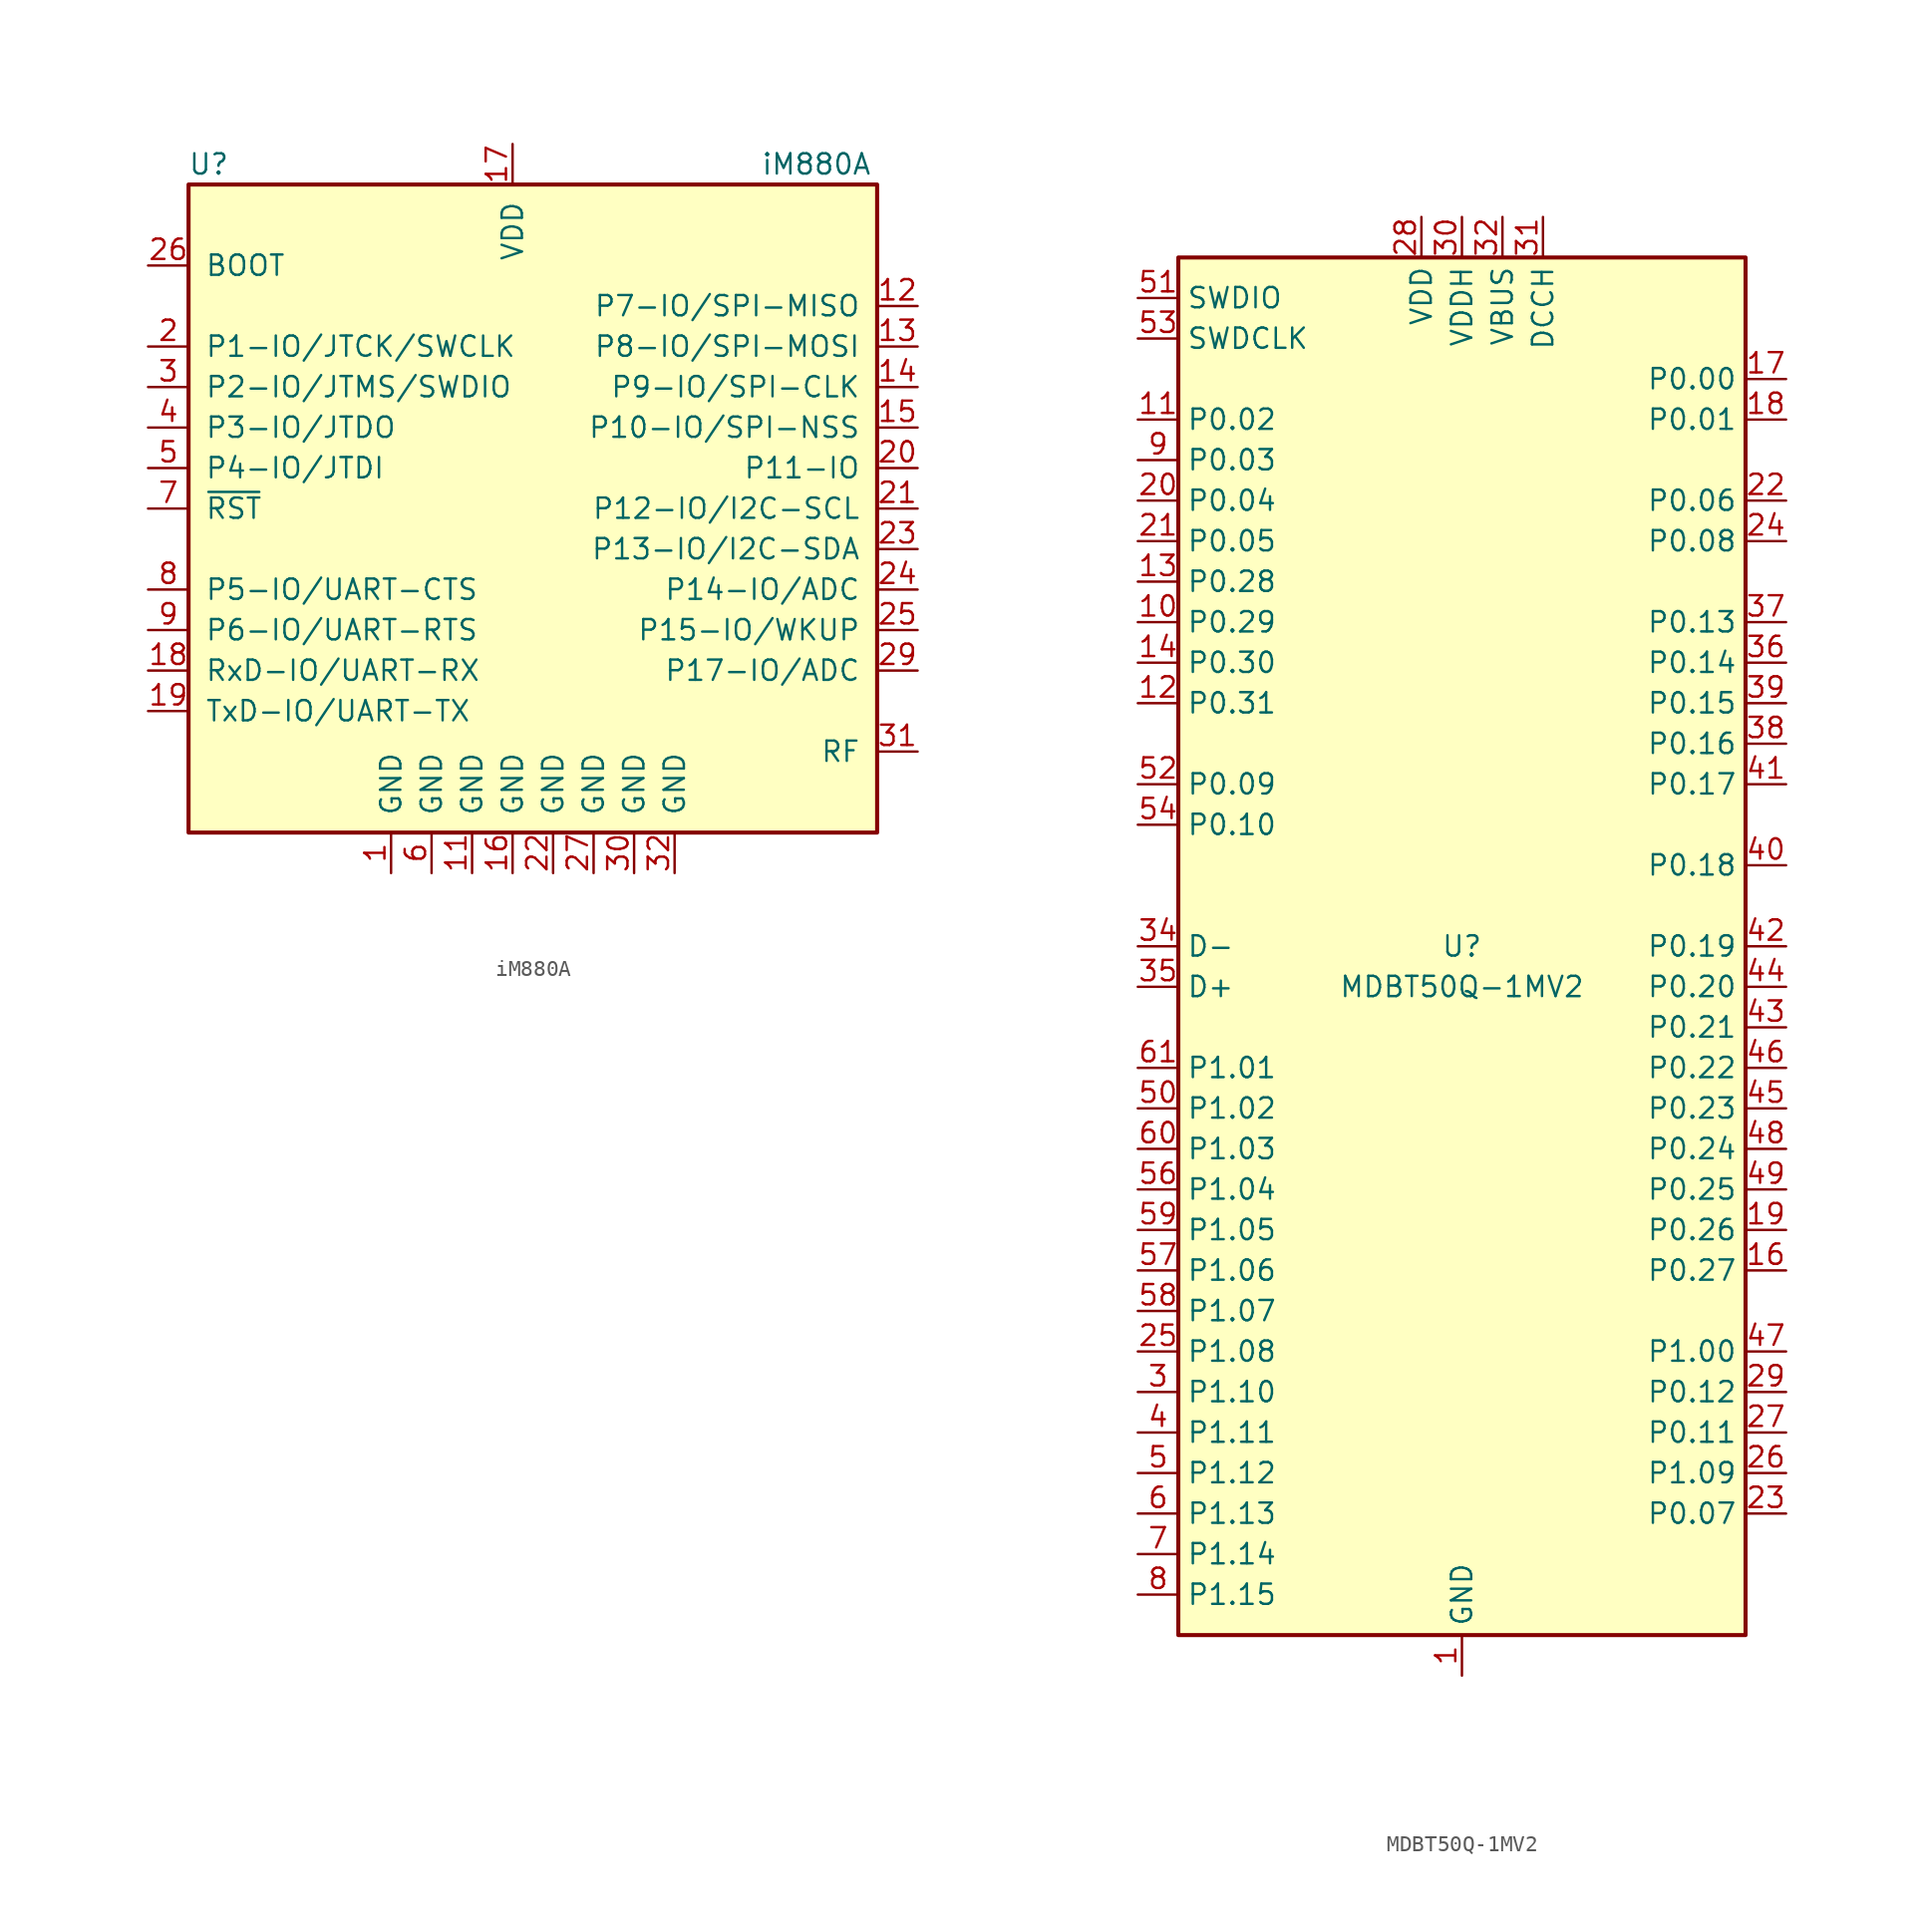
<source format=kicad_sym>
(kicad_symbol_lib
  (version 20241209)
  (generator "kicad_symbol_editor")
  (generator_version "9.0")
  (symbol "iM880A"
    (pin_names
      (offset 1.016))
    (property "Reference" "U"
      (at -19.05 21.59 0)
      (effects (font (size 1.27 1.27))))
    (property "Value" "iM880A"
      (at 19.05 21.59 0)
      (effects (font (size 1.27 1.27))))
    (symbol "iM880A_0_1"
      (rectangle (start -20.32 20.32) (end 22.86 -20.32) (stroke (width 0.254) (type default)) (fill (type background))))
    (symbol "iM880A_1_1"
      (pin input line (at -22.86 15.24 0) (length 2.54) (name "BOOT" (effects (font (size 1.27 1.27)))) (number "26" (effects (font (size 1.27 1.27)))))
      (pin bidirectional line (at -22.86 10.16 0) (length 2.54) (name "P1-IO/JTCK/SWCLK" (effects (font (size 1.27 1.27)))) (number "2" (effects (font (size 1.27 1.27)))))
      (pin bidirectional line (at -22.86 7.62 0) (length 2.54) (name "P2-IO/JTMS/SWDIO" (effects (font (size 1.27 1.27)))) (number "3" (effects (font (size 1.27 1.27)))))
      (pin bidirectional line (at -22.86 5.08 0) (length 2.54) (name "P3-IO/JTDO" (effects (font (size 1.27 1.27)))) (number "4" (effects (font (size 1.27 1.27)))))
      (pin bidirectional line (at -22.86 2.54 0) (length 2.54) (name "P4-IO/JTDI" (effects (font (size 1.27 1.27)))) (number "5" (effects (font (size 1.27 1.27)))))
      (pin input line (at -22.86 0 0) (length 2.54) (name "~{RST}" (effects (font (size 1.27 1.27)))) (number "7" (effects (font (size 1.27 1.27)))))
      (pin bidirectional line (at -22.86 -5.08 0) (length 2.54) (name "P5-IO/UART-CTS" (effects (font (size 1.27 1.27)))) (number "8" (effects (font (size 1.27 1.27)))))
      (pin bidirectional line (at -22.86 -7.62 0) (length 2.54) (name "P6-IO/UART-RTS" (effects (font (size 1.27 1.27)))) (number "9" (effects (font (size 1.27 1.27)))))
      (pin bidirectional line (at -22.86 -10.16 0) (length 2.54) (name "RxD-IO/UART-RX" (effects (font (size 1.27 1.27)))) (number "18" (effects (font (size 1.27 1.27)))))
      (pin bidirectional line (at -22.86 -12.7 0) (length 2.54) (name "TxD-IO/UART-TX" (effects (font (size 1.27 1.27)))) (number "19" (effects (font (size 1.27 1.27)))))
      (pin power_in line (at -7.62 -22.86 90) (length 2.54) (name "GND" (effects (font (size 1.27 1.27)))) (number "1" (effects (font (size 1.27 1.27)))))
      (pin power_in line (at -5.08 -22.86 90) (length 2.54) (name "GND" (effects (font (size 1.27 1.27)))) (number "6" (effects (font (size 1.27 1.27)))))
      (pin power_in line (at -2.54 -22.86 90) (length 2.54) (name "GND" (effects (font (size 1.27 1.27)))) (number "11" (effects (font (size 1.27 1.27)))))
      (pin power_in line (at 0 22.86 270) (length 2.54) (name "VDD" (effects (font (size 1.27 1.27)))) (number "17" (effects (font (size 1.27 1.27)))))
      (pin power_in line (at 0 -22.86 90) (length 2.54) (name "GND" (effects (font (size 1.27 1.27)))) (number "16" (effects (font (size 1.27 1.27)))))
      (pin power_in line (at 2.54 -22.86 90) (length 2.54) (name "GND" (effects (font (size 1.27 1.27)))) (number "22" (effects (font (size 1.27 1.27)))))
      (pin no_connect line (at 5.08 20.32 270) (length 2.54) (hide yes) (name "NC" (effects (font (size 1.27 1.27)))) (number "10" (effects (font (size 1.27 1.27)))))
      (pin power_in line (at 5.08 -22.86 90) (length 2.54) (name "GND" (effects (font (size 1.27 1.27)))) (number "27" (effects (font (size 1.27 1.27)))))
      (pin no_connect line (at 7.62 20.32 270) (length 2.54) (hide yes) (name "NC" (effects (font (size 1.27 1.27)))) (number "28" (effects (font (size 1.27 1.27)))))
      (pin power_in line (at 7.62 -22.86 90) (length 2.54) (name "GND" (effects (font (size 1.27 1.27)))) (number "30" (effects (font (size 1.27 1.27)))))
      (pin power_in line (at 10.16 -22.86 90) (length 2.54) (name "GND" (effects (font (size 1.27 1.27)))) (number "32" (effects (font (size 1.27 1.27)))))
      (pin bidirectional line (at 25.4 12.7 180) (length 2.54) (name "P7-IO/SPI-MISO" (effects (font (size 1.27 1.27)))) (number "12" (effects (font (size 1.27 1.27)))))
      (pin bidirectional line (at 25.4 10.16 180) (length 2.54) (name "P8-IO/SPI-MOSI" (effects (font (size 1.27 1.27)))) (number "13" (effects (font (size 1.27 1.27)))))
      (pin bidirectional line (at 25.4 7.62 180) (length 2.54) (name "P9-IO/SPI-CLK" (effects (font (size 1.27 1.27)))) (number "14" (effects (font (size 1.27 1.27)))))
      (pin bidirectional line (at 25.4 5.08 180) (length 2.54) (name "P10-IO/SPI-NSS" (effects (font (size 1.27 1.27)))) (number "15" (effects (font (size 1.27 1.27)))))
      (pin bidirectional line (at 25.4 2.54 180) (length 2.54) (name "P11-IO" (effects (font (size 1.27 1.27)))) (number "20" (effects (font (size 1.27 1.27)))))
      (pin bidirectional line (at 25.4 0 180) (length 2.54) (name "P12-IO/I2C-SCL" (effects (font (size 1.27 1.27)))) (number "21" (effects (font (size 1.27 1.27)))))
      (pin bidirectional line (at 25.4 -2.54 180) (length 2.54) (name "P13-IO/I2C-SDA" (effects (font (size 1.27 1.27)))) (number "23" (effects (font (size 1.27 1.27)))))
      (pin bidirectional line (at 25.4 -5.08 180) (length 2.54) (name "P14-IO/ADC" (effects (font (size 1.27 1.27)))) (number "24" (effects (font (size 1.27 1.27)))))
      (pin bidirectional line (at 25.4 -7.62 180) (length 2.54) (name "P15-IO/WKUP" (effects (font (size 1.27 1.27)))) (number "25" (effects (font (size 1.27 1.27)))))
      (pin bidirectional line (at 25.4 -10.16 180) (length 2.54) (name "P17-IO/ADC" (effects (font (size 1.27 1.27)))) (number "29" (effects (font (size 1.27 1.27)))))
      (pin bidirectional line (at 25.4 -15.24 180) (length 2.54) (name "RF" (effects (font (size 1.27 1.27)))) (number "31" (effects (font (size 1.27 1.27)))))))
  (symbol "MDBT50Q-1MV2"
    (property "Reference" "U"
      (at 0 0 0)
      (effects (font (size 1.27 1.27))))
    (property "Value" "MDBT50Q-1MV2"
      (at 0 -2.54 0)
      (effects (font (size 1.27 1.27))))
    (symbol "MDBT50Q-1MV2_0_1"
      (rectangle (start -17.78 43.18) (end 17.78 -43.18) (stroke (width 0.254) (type default)) (fill (type background))))
    (symbol "MDBT50Q-1MV2_1_1"
      (pin bidirectional line (at -20.32 40.64 0) (length 2.54) (name "SWDIO" (effects (font (size 1.27 1.27)))) (number "51" (effects (font (size 1.27 1.27)))))
      (pin input line (at -20.32 38.1 0) (length 2.54) (name "SWDCLK" (effects (font (size 1.27 1.27)))) (number "53" (effects (font (size 1.27 1.27)))))
      (pin bidirectional line (at -20.32 33.02 0) (length 2.54) (name "P0.02" (effects (font (size 1.27 1.27)))) (number "11" (effects (font (size 1.27 1.27)))) (alternate "AIN0" input line))
      (pin bidirectional line (at -20.32 30.48 0) (length 2.54) (name "P0.03" (effects (font (size 1.27 1.27)))) (number "9" (effects (font (size 1.27 1.27)))) (alternate "AIN1" input line))
      (pin bidirectional line (at -20.32 27.94 0) (length 2.54) (name "P0.04" (effects (font (size 1.27 1.27)))) (number "20" (effects (font (size 1.27 1.27)))) (alternate "AIN2" input line))
      (pin bidirectional line (at -20.32 25.4 0) (length 2.54) (name "P0.05" (effects (font (size 1.27 1.27)))) (number "21" (effects (font (size 1.27 1.27)))) (alternate "AIN3" input line))
      (pin bidirectional line (at -20.32 22.86 0) (length 2.54) (name "P0.28" (effects (font (size 1.27 1.27)))) (number "13" (effects (font (size 1.27 1.27)))) (alternate "AIN4" input line))
      (pin bidirectional line (at -20.32 20.32 0) (length 2.54) (name "P0.29" (effects (font (size 1.27 1.27)))) (number "10" (effects (font (size 1.27 1.27)))) (alternate "AIN5" input line))
      (pin bidirectional line (at -20.32 17.78 0) (length 2.54) (name "P0.30" (effects (font (size 1.27 1.27)))) (number "14" (effects (font (size 1.27 1.27)))) (alternate "AIN6" input line))
      (pin bidirectional line (at -20.32 15.24 0) (length 2.54) (name "P0.31" (effects (font (size 1.27 1.27)))) (number "12" (effects (font (size 1.27 1.27)))) (alternate "AIN7" input line))
      (pin bidirectional line (at -20.32 10.16 0) (length 2.54) (name "P0.09" (effects (font (size 1.27 1.27)))) (number "52" (effects (font (size 1.27 1.27)))) (alternate "NFC1" input line))
      (pin bidirectional line (at -20.32 7.62 0) (length 2.54) (name "P0.10" (effects (font (size 1.27 1.27)))) (number "54" (effects (font (size 1.27 1.27)))) (alternate "NFC2" input line))
      (pin bidirectional line (at -20.32 0 0) (length 2.54) (name "D-" (effects (font (size 1.27 1.27)))) (number "34" (effects (font (size 1.27 1.27)))))
      (pin bidirectional line (at -20.32 -2.54 0) (length 2.54) (name "D+" (effects (font (size 1.27 1.27)))) (number "35" (effects (font (size 1.27 1.27)))))
      (pin bidirectional line (at -20.32 -7.62 0) (length 2.54) (name "P1.01" (effects (font (size 1.27 1.27)))) (number "61" (effects (font (size 1.27 1.27)))))
      (pin bidirectional line (at -20.32 -10.16 0) (length 2.54) (name "P1.02" (effects (font (size 1.27 1.27)))) (number "50" (effects (font (size 1.27 1.27)))))
      (pin bidirectional line (at -20.32 -12.7 0) (length 2.54) (name "P1.03" (effects (font (size 1.27 1.27)))) (number "60" (effects (font (size 1.27 1.27)))))
      (pin bidirectional line (at -20.32 -15.24 0) (length 2.54) (name "P1.04" (effects (font (size 1.27 1.27)))) (number "56" (effects (font (size 1.27 1.27)))))
      (pin bidirectional line (at -20.32 -17.78 0) (length 2.54) (name "P1.05" (effects (font (size 1.27 1.27)))) (number "59" (effects (font (size 1.27 1.27)))))
      (pin bidirectional line (at -20.32 -20.32 0) (length 2.54) (name "P1.06" (effects (font (size 1.27 1.27)))) (number "57" (effects (font (size 1.27 1.27)))))
      (pin bidirectional line (at -20.32 -22.86 0) (length 2.54) (name "P1.07" (effects (font (size 1.27 1.27)))) (number "58" (effects (font (size 1.27 1.27)))))
      (pin bidirectional line (at -20.32 -25.4 0) (length 2.54) (name "P1.08" (effects (font (size 1.27 1.27)))) (number "25" (effects (font (size 1.27 1.27)))))
      (pin bidirectional line (at -20.32 -27.94 0) (length 2.54) (name "P1.10" (effects (font (size 1.27 1.27)))) (number "3" (effects (font (size 1.27 1.27)))))
      (pin bidirectional line (at -20.32 -30.48 0) (length 2.54) (name "P1.11" (effects (font (size 1.27 1.27)))) (number "4" (effects (font (size 1.27 1.27)))))
      (pin bidirectional line (at -20.32 -33.02 0) (length 2.54) (name "P1.12" (effects (font (size 1.27 1.27)))) (number "5" (effects (font (size 1.27 1.27)))))
      (pin bidirectional line (at -20.32 -35.56 0) (length 2.54) (name "P1.13" (effects (font (size 1.27 1.27)))) (number "6" (effects (font (size 1.27 1.27)))))
      (pin bidirectional line (at -20.32 -38.1 0) (length 2.54) (name "P1.14" (effects (font (size 1.27 1.27)))) (number "7" (effects (font (size 1.27 1.27)))))
      (pin bidirectional line (at -20.32 -40.64 0) (length 2.54) (name "P1.15" (effects (font (size 1.27 1.27)))) (number "8" (effects (font (size 1.27 1.27)))))
      (pin power_in line (at -2.54 45.72 270) (length 2.54) (name "VDD" (effects (font (size 1.27 1.27)))) (number "28" (effects (font (size 1.27 1.27)))))
      (pin power_in line (at 0 45.72 270) (length 2.54) (name "VDDH" (effects (font (size 1.27 1.27)))) (number "30" (effects (font (size 1.27 1.27)))))
      (pin power_in line (at 0 -45.72 90) (length 2.54) (name "GND" (effects (font (size 1.27 1.27)))) (number "1" (effects (font (size 1.27 1.27)))))
      (pin passive line (at 0 -45.72 90) (length 2.54) (hide yes) (name "GND" (effects (font (size 1.27 1.27)))) (number "15" (effects (font (size 1.27 1.27)))))
      (pin passive line (at 0 -45.72 90) (length 2.54) (hide yes) (name "GND" (effects (font (size 1.27 1.27)))) (number "2" (effects (font (size 1.27 1.27)))))
      (pin passive line (at 0 -45.72 90) (length 2.54) (hide yes) (name "GND" (effects (font (size 1.27 1.27)))) (number "33" (effects (font (size 1.27 1.27)))))
      (pin passive line (at 0 -45.72 90) (length 2.54) (hide yes) (name "GND" (effects (font (size 1.27 1.27)))) (number "55" (effects (font (size 1.27 1.27)))))
      (pin power_in line (at 2.54 45.72 270) (length 2.54) (name "VBUS" (effects (font (size 1.27 1.27)))) (number "32" (effects (font (size 1.27 1.27)))))
      (pin power_out line (at 5.08 45.72 270) (length 2.54) (name "DCCH" (effects (font (size 1.27 1.27)))) (number "31" (effects (font (size 1.27 1.27)))))
      (pin bidirectional line (at 20.32 35.56 180) (length 2.54) (name "P0.00" (effects (font (size 1.27 1.27)))) (number "17" (effects (font (size 1.27 1.27)))) (alternate "XL1" input line))
      (pin bidirectional line (at 20.32 33.02 180) (length 2.54) (name "P0.01" (effects (font (size 1.27 1.27)))) (number "18" (effects (font (size 1.27 1.27)))) (alternate "XL2" input line))
      (pin bidirectional line (at 20.32 27.94 180) (length 2.54) (name "P0.06" (effects (font (size 1.27 1.27)))) (number "22" (effects (font (size 1.27 1.27)))))
      (pin bidirectional line (at 20.32 25.4 180) (length 2.54) (name "P0.08" (effects (font (size 1.27 1.27)))) (number "24" (effects (font (size 1.27 1.27)))))
      (pin bidirectional line (at 20.32 20.32 180) (length 2.54) (name "P0.13" (effects (font (size 1.27 1.27)))) (number "37" (effects (font (size 1.27 1.27)))))
      (pin bidirectional line (at 20.32 17.78 180) (length 2.54) (name "P0.14" (effects (font (size 1.27 1.27)))) (number "36" (effects (font (size 1.27 1.27)))))
      (pin bidirectional line (at 20.32 15.24 180) (length 2.54) (name "P0.15" (effects (font (size 1.27 1.27)))) (number "39" (effects (font (size 1.27 1.27)))))
      (pin bidirectional line (at 20.32 12.7 180) (length 2.54) (name "P0.16" (effects (font (size 1.27 1.27)))) (number "38" (effects (font (size 1.27 1.27)))))
      (pin bidirectional line (at 20.32 10.16 180) (length 2.54) (name "P0.17" (effects (font (size 1.27 1.27)))) (number "41" (effects (font (size 1.27 1.27)))))
      (pin bidirectional line (at 20.32 5.08 180) (length 2.54) (name "P0.18" (effects (font (size 1.27 1.27)))) (number "40" (effects (font (size 1.27 1.27)))) (alternate "~{RESET}" input line))
      (pin bidirectional line (at 20.32 0 180) (length 2.54) (name "P0.19" (effects (font (size 1.27 1.27)))) (number "42" (effects (font (size 1.27 1.27)))))
      (pin bidirectional line (at 20.32 -2.54 180) (length 2.54) (name "P0.20" (effects (font (size 1.27 1.27)))) (number "44" (effects (font (size 1.27 1.27)))))
      (pin bidirectional line (at 20.32 -5.08 180) (length 2.54) (name "P0.21" (effects (font (size 1.27 1.27)))) (number "43" (effects (font (size 1.27 1.27)))))
      (pin bidirectional line (at 20.32 -7.62 180) (length 2.54) (name "P0.22" (effects (font (size 1.27 1.27)))) (number "46" (effects (font (size 1.27 1.27)))))
      (pin bidirectional line (at 20.32 -10.16 180) (length 2.54) (name "P0.23" (effects (font (size 1.27 1.27)))) (number "45" (effects (font (size 1.27 1.27)))))
      (pin bidirectional line (at 20.32 -12.7 180) (length 2.54) (name "P0.24" (effects (font (size 1.27 1.27)))) (number "48" (effects (font (size 1.27 1.27)))))
      (pin bidirectional line (at 20.32 -15.24 180) (length 2.54) (name "P0.25" (effects (font (size 1.27 1.27)))) (number "49" (effects (font (size 1.27 1.27)))))
      (pin bidirectional line (at 20.32 -17.78 180) (length 2.54) (name "P0.26" (effects (font (size 1.27 1.27)))) (number "19" (effects (font (size 1.27 1.27)))))
      (pin bidirectional line (at 20.32 -20.32 180) (length 2.54) (name "P0.27" (effects (font (size 1.27 1.27)))) (number "16" (effects (font (size 1.27 1.27)))))
      (pin bidirectional line (at 20.32 -25.4 180) (length 2.54) (name "P1.00" (effects (font (size 1.27 1.27)))) (number "47" (effects (font (size 1.27 1.27)))) (alternate "TRACEDATA0" output line))
      (pin bidirectional line (at 20.32 -27.94 180) (length 2.54) (name "P0.12" (effects (font (size 1.27 1.27)))) (number "29" (effects (font (size 1.27 1.27)))) (alternate "TRACEDATA1" output line))
      (pin bidirectional line (at 20.32 -30.48 180) (length 2.54) (name "P0.11" (effects (font (size 1.27 1.27)))) (number "27" (effects (font (size 1.27 1.27)))) (alternate "TRACEDATA2" output line))
      (pin bidirectional line (at 20.32 -33.02 180) (length 2.54) (name "P1.09" (effects (font (size 1.27 1.27)))) (number "26" (effects (font (size 1.27 1.27)))) (alternate "TRACEDATA3" output line))
      (pin bidirectional line (at 20.32 -35.56 180) (length 2.54) (name "P0.07" (effects (font (size 1.27 1.27)))) (number "23" (effects (font (size 1.27 1.27)))) (alternate "TRACECLK" output line)))))
</source>
